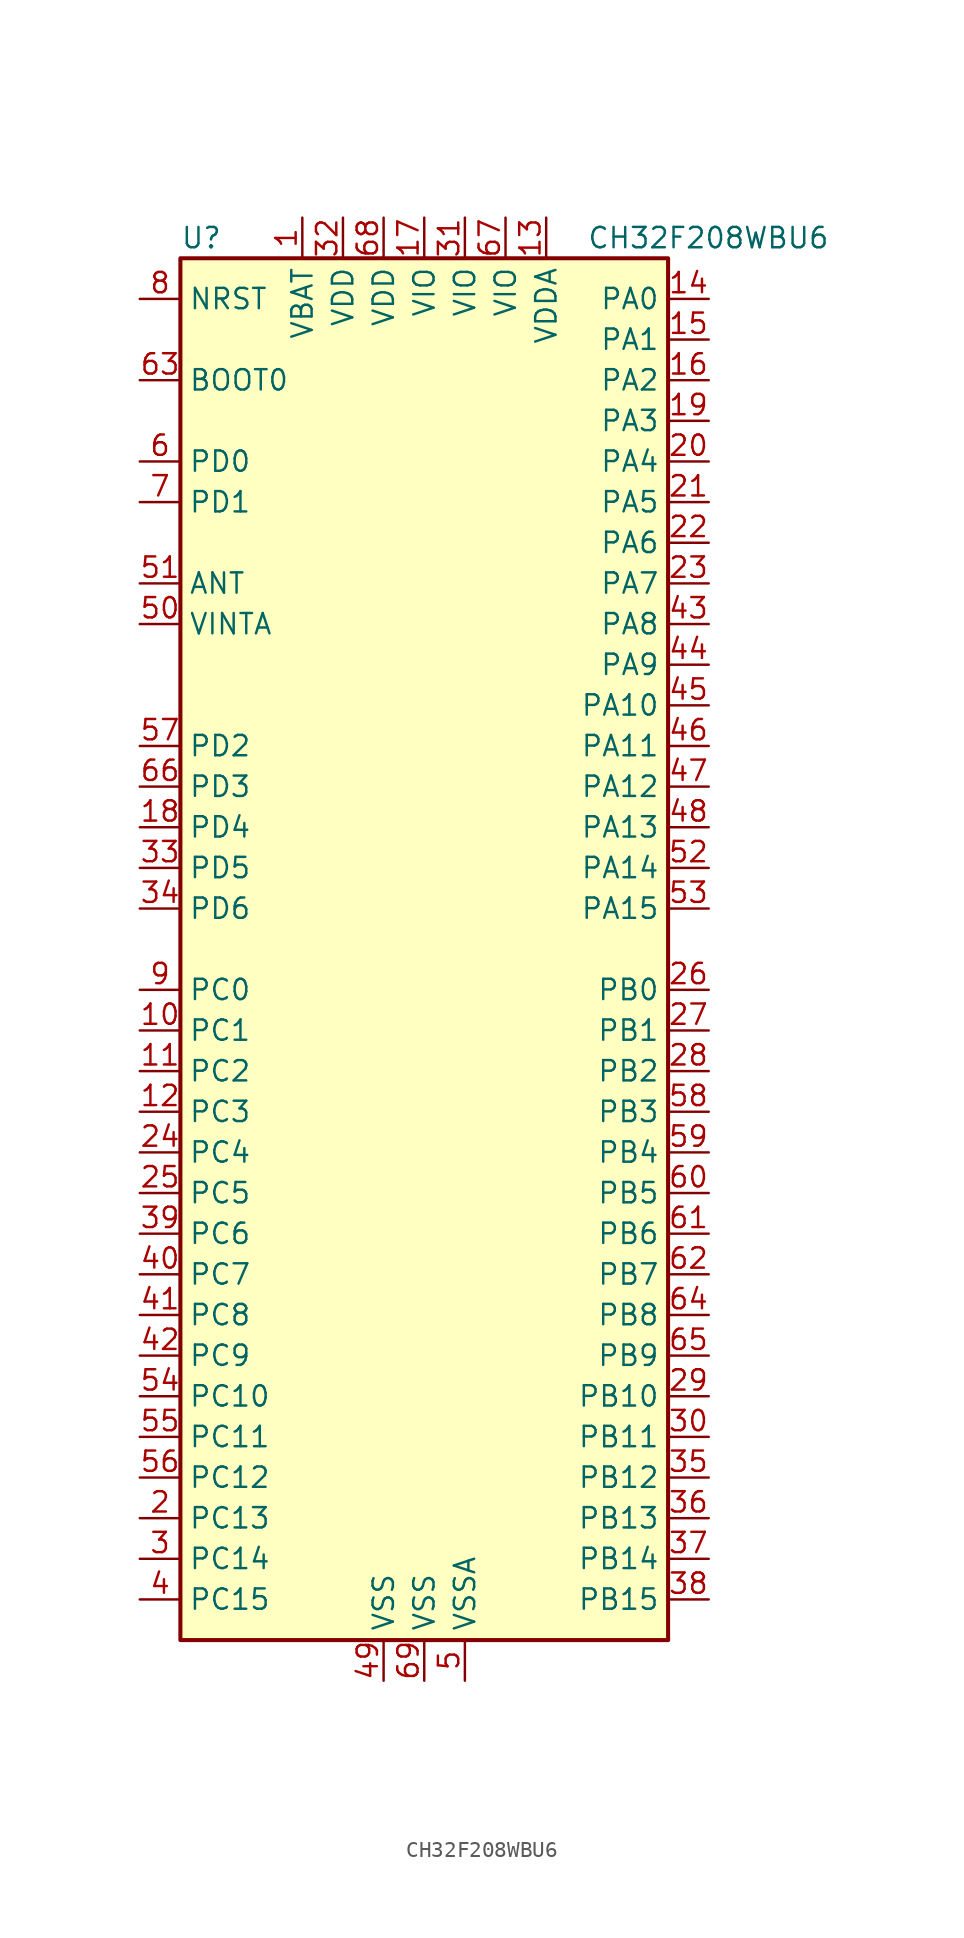
<source format=kicad_sym>
(kicad_symbol_lib
  (version 20231120)
  (generator "kicad_symbol_editor")
  (generator_version "8.0")
  (symbol "CH32F208WBU6"
    (property "Reference" "U"
      (at -15.24 44.45 0)
      (effects (font (size 1.27 1.27)) (justify left)))
    (property "Value" "CH32F208WBU6"
      (at 10.16 44.45 0)
      (effects (font (size 1.27 1.27)) (justify left)))
    (symbol "CH32F208WBU6_0_1"
      (rectangle (start -15.24 -43.18) (end 15.24 43.18) (stroke (width 0.254) (type default)) (fill (type background))))
    (symbol "CH32F208WBU6_1_1"
      (pin power_in line (at -7.62 45.72 270) (length 2.54) (name "VBAT" (effects (font (size 1.27 1.27)))) (number "1" (effects (font (size 1.27 1.27)))))
      (pin bidirectional line (at -17.78 -5.08 0) (length 2.54) (name "PC1" (effects (font (size 1.27 1.27)))) (number "10" (effects (font (size 1.27 1.27)))))
      (pin bidirectional line (at -17.78 -7.62 0) (length 2.54) (name "PC2" (effects (font (size 1.27 1.27)))) (number "11" (effects (font (size 1.27 1.27)))))
      (pin bidirectional line (at -17.78 -10.16 0) (length 2.54) (name "PC3" (effects (font (size 1.27 1.27)))) (number "12" (effects (font (size 1.27 1.27)))))
      (pin power_in line (at 7.62 45.72 270) (length 2.54) (name "VDDA" (effects (font (size 1.27 1.27)))) (number "13" (effects (font (size 1.27 1.27)))))
      (pin bidirectional line (at 17.78 40.64 180) (length 2.54) (name "PA0" (effects (font (size 1.27 1.27)))) (number "14" (effects (font (size 1.27 1.27)))))
      (pin bidirectional line (at 17.78 38.1 180) (length 2.54) (name "PA1" (effects (font (size 1.27 1.27)))) (number "15" (effects (font (size 1.27 1.27)))))
      (pin bidirectional line (at 17.78 35.56 180) (length 2.54) (name "PA2" (effects (font (size 1.27 1.27)))) (number "16" (effects (font (size 1.27 1.27)))))
      (pin power_in line (at 0 45.72 270) (length 2.54) (name "VIO" (effects (font (size 1.27 1.27)))) (number "17" (effects (font (size 1.27 1.27)))))
      (pin bidirectional line (at -17.78 7.62 0) (length 2.54) (name "PD4" (effects (font (size 1.27 1.27)))) (number "18" (effects (font (size 1.27 1.27)))))
      (pin bidirectional line (at 17.78 33.02 180) (length 2.54) (name "PA3" (effects (font (size 1.27 1.27)))) (number "19" (effects (font (size 1.27 1.27)))))
      (pin bidirectional line (at -17.78 -35.56 0) (length 2.54) (name "PC13" (effects (font (size 1.27 1.27)))) (number "2" (effects (font (size 1.27 1.27)))))
      (pin bidirectional line (at 17.78 30.48 180) (length 2.54) (name "PA4" (effects (font (size 1.27 1.27)))) (number "20" (effects (font (size 1.27 1.27)))))
      (pin bidirectional line (at 17.78 27.94 180) (length 2.54) (name "PA5" (effects (font (size 1.27 1.27)))) (number "21" (effects (font (size 1.27 1.27)))))
      (pin bidirectional line (at 17.78 25.4 180) (length 2.54) (name "PA6" (effects (font (size 1.27 1.27)))) (number "22" (effects (font (size 1.27 1.27)))))
      (pin bidirectional line (at 17.78 22.86 180) (length 2.54) (name "PA7" (effects (font (size 1.27 1.27)))) (number "23" (effects (font (size 1.27 1.27)))))
      (pin bidirectional line (at -17.78 -12.7 0) (length 2.54) (name "PC4" (effects (font (size 1.27 1.27)))) (number "24" (effects (font (size 1.27 1.27)))))
      (pin bidirectional line (at -17.78 -15.24 0) (length 2.54) (name "PC5" (effects (font (size 1.27 1.27)))) (number "25" (effects (font (size 1.27 1.27)))))
      (pin bidirectional line (at 17.78 -2.54 180) (length 2.54) (name "PB0" (effects (font (size 1.27 1.27)))) (number "26" (effects (font (size 1.27 1.27)))))
      (pin bidirectional line (at 17.78 -5.08 180) (length 2.54) (name "PB1" (effects (font (size 1.27 1.27)))) (number "27" (effects (font (size 1.27 1.27)))))
      (pin bidirectional line (at 17.78 -7.62 180) (length 2.54) (name "PB2" (effects (font (size 1.27 1.27)))) (number "28" (effects (font (size 1.27 1.27)))))
      (pin bidirectional line (at 17.78 -27.94 180) (length 2.54) (name "PB10" (effects (font (size 1.27 1.27)))) (number "29" (effects (font (size 1.27 1.27)))))
      (pin bidirectional line (at -17.78 -38.1 0) (length 2.54) (name "PC14" (effects (font (size 1.27 1.27)))) (number "3" (effects (font (size 1.27 1.27)))))
      (pin bidirectional line (at 17.78 -30.48 180) (length 2.54) (name "PB11" (effects (font (size 1.27 1.27)))) (number "30" (effects (font (size 1.27 1.27)))))
      (pin power_in line (at 2.54 45.72 270) (length 2.54) (name "VIO" (effects (font (size 1.27 1.27)))) (number "31" (effects (font (size 1.27 1.27)))))
      (pin power_in line (at -5.08 45.72 270) (length 2.54) (name "VDD" (effects (font (size 1.27 1.27)))) (number "32" (effects (font (size 1.27 1.27)))))
      (pin bidirectional line (at -17.78 5.08 0) (length 2.54) (name "PD5" (effects (font (size 1.27 1.27)))) (number "33" (effects (font (size 1.27 1.27)))))
      (pin bidirectional line (at -17.78 2.54 0) (length 2.54) (name "PD6" (effects (font (size 1.27 1.27)))) (number "34" (effects (font (size 1.27 1.27)))))
      (pin bidirectional line (at 17.78 -33.02 180) (length 2.54) (name "PB12" (effects (font (size 1.27 1.27)))) (number "35" (effects (font (size 1.27 1.27)))))
      (pin bidirectional line (at 17.78 -35.56 180) (length 2.54) (name "PB13" (effects (font (size 1.27 1.27)))) (number "36" (effects (font (size 1.27 1.27)))))
      (pin bidirectional line (at 17.78 -38.1 180) (length 2.54) (name "PB14" (effects (font (size 1.27 1.27)))) (number "37" (effects (font (size 1.27 1.27)))))
      (pin bidirectional line (at 17.78 -40.64 180) (length 2.54) (name "PB15" (effects (font (size 1.27 1.27)))) (number "38" (effects (font (size 1.27 1.27)))))
      (pin bidirectional line (at -17.78 -17.78 0) (length 2.54) (name "PC6" (effects (font (size 1.27 1.27)))) (number "39" (effects (font (size 1.27 1.27)))))
      (pin bidirectional line (at -17.78 -40.64 0) (length 2.54) (name "PC15" (effects (font (size 1.27 1.27)))) (number "4" (effects (font (size 1.27 1.27)))))
      (pin bidirectional line (at -17.78 -20.32 0) (length 2.54) (name "PC7" (effects (font (size 1.27 1.27)))) (number "40" (effects (font (size 1.27 1.27)))))
      (pin bidirectional line (at -17.78 -22.86 0) (length 2.54) (name "PC8" (effects (font (size 1.27 1.27)))) (number "41" (effects (font (size 1.27 1.27)))))
      (pin bidirectional line (at -17.78 -25.4 0) (length 2.54) (name "PC9" (effects (font (size 1.27 1.27)))) (number "42" (effects (font (size 1.27 1.27)))))
      (pin bidirectional line (at 17.78 20.32 180) (length 2.54) (name "PA8" (effects (font (size 1.27 1.27)))) (number "43" (effects (font (size 1.27 1.27)))))
      (pin bidirectional line (at 17.78 17.78 180) (length 2.54) (name "PA9" (effects (font (size 1.27 1.27)))) (number "44" (effects (font (size 1.27 1.27)))))
      (pin bidirectional line (at 17.78 15.24 180) (length 2.54) (name "PA10" (effects (font (size 1.27 1.27)))) (number "45" (effects (font (size 1.27 1.27)))))
      (pin bidirectional line (at 17.78 12.7 180) (length 2.54) (name "PA11" (effects (font (size 1.27 1.27)))) (number "46" (effects (font (size 1.27 1.27)))))
      (pin bidirectional line (at 17.78 10.16 180) (length 2.54) (name "PA12" (effects (font (size 1.27 1.27)))) (number "47" (effects (font (size 1.27 1.27)))))
      (pin bidirectional line (at 17.78 7.62 180) (length 2.54) (name "PA13" (effects (font (size 1.27 1.27)))) (number "48" (effects (font (size 1.27 1.27)))))
      (pin power_in line (at -2.54 -45.72 90) (length 2.54) (name "VSS" (effects (font (size 1.27 1.27)))) (number "49" (effects (font (size 1.27 1.27)))))
      (pin power_in line (at 2.54 -45.72 90) (length 2.54) (name "VSSA" (effects (font (size 1.27 1.27)))) (number "5" (effects (font (size 1.27 1.27)))))
      (pin power_in line (at -17.78 20.32 0) (length 2.54) (name "VINTA" (effects (font (size 1.27 1.27)))) (number "50" (effects (font (size 1.27 1.27)))))
      (pin power_in line (at -17.78 22.86 0) (length 2.54) (name "ANT" (effects (font (size 1.27 1.27)))) (number "51" (effects (font (size 1.27 1.27)))))
      (pin bidirectional line (at 17.78 5.08 180) (length 2.54) (name "PA14" (effects (font (size 1.27 1.27)))) (number "52" (effects (font (size 1.27 1.27)))))
      (pin bidirectional line (at 17.78 2.54 180) (length 2.54) (name "PA15" (effects (font (size 1.27 1.27)))) (number "53" (effects (font (size 1.27 1.27)))))
      (pin bidirectional line (at -17.78 -27.94 0) (length 2.54) (name "PC10" (effects (font (size 1.27 1.27)))) (number "54" (effects (font (size 1.27 1.27)))))
      (pin bidirectional line (at -17.78 -30.48 0) (length 2.54) (name "PC11" (effects (font (size 1.27 1.27)))) (number "55" (effects (font (size 1.27 1.27)))))
      (pin bidirectional line (at -17.78 -33.02 0) (length 2.54) (name "PC12" (effects (font (size 1.27 1.27)))) (number "56" (effects (font (size 1.27 1.27)))))
      (pin bidirectional line (at -17.78 12.7 0) (length 2.54) (name "PD2" (effects (font (size 1.27 1.27)))) (number "57" (effects (font (size 1.27 1.27)))))
      (pin bidirectional line (at 17.78 -10.16 180) (length 2.54) (name "PB3" (effects (font (size 1.27 1.27)))) (number "58" (effects (font (size 1.27 1.27)))))
      (pin bidirectional line (at 17.78 -12.7 180) (length 2.54) (name "PB4" (effects (font (size 1.27 1.27)))) (number "59" (effects (font (size 1.27 1.27)))))
      (pin input line (at -17.78 30.48 0) (length 2.54) (name "PD0" (effects (font (size 1.27 1.27)))) (number "6" (effects (font (size 1.27 1.27)))))
      (pin bidirectional line (at 17.78 -15.24 180) (length 2.54) (name "PB5" (effects (font (size 1.27 1.27)))) (number "60" (effects (font (size 1.27 1.27)))))
      (pin bidirectional line (at 17.78 -17.78 180) (length 2.54) (name "PB6" (effects (font (size 1.27 1.27)))) (number "61" (effects (font (size 1.27 1.27)))))
      (pin bidirectional line (at 17.78 -20.32 180) (length 2.54) (name "PB7" (effects (font (size 1.27 1.27)))) (number "62" (effects (font (size 1.27 1.27)))))
      (pin input line (at -17.78 35.56 0) (length 2.54) (name "BOOT0" (effects (font (size 1.27 1.27)))) (number "63" (effects (font (size 1.27 1.27)))))
      (pin bidirectional line (at 17.78 -22.86 180) (length 2.54) (name "PB8" (effects (font (size 1.27 1.27)))) (number "64" (effects (font (size 1.27 1.27)))))
      (pin bidirectional line (at 17.78 -25.4 180) (length 2.54) (name "PB9" (effects (font (size 1.27 1.27)))) (number "65" (effects (font (size 1.27 1.27)))))
      (pin bidirectional line (at -17.78 10.16 0) (length 2.54) (name "PD3" (effects (font (size 1.27 1.27)))) (number "66" (effects (font (size 1.27 1.27)))))
      (pin power_in line (at 5.08 45.72 270) (length 2.54) (name "VIO" (effects (font (size 1.27 1.27)))) (number "67" (effects (font (size 1.27 1.27)))))
      (pin power_in line (at -2.54 45.72 270) (length 2.54) (name "VDD" (effects (font (size 1.27 1.27)))) (number "68" (effects (font (size 1.27 1.27)))))
      (pin power_in line (at 0 -45.72 90) (length 2.54) (name "VSS" (effects (font (size 1.27 1.27)))) (number "69" (effects (font (size 1.27 1.27)))))
      (pin input line (at -17.78 27.94 0) (length 2.54) (name "PD1" (effects (font (size 1.27 1.27)))) (number "7" (effects (font (size 1.27 1.27)))))
      (pin input line (at -17.78 40.64 0) (length 2.54) (name "NRST" (effects (font (size 1.27 1.27)))) (number "8" (effects (font (size 1.27 1.27)))))
      (pin bidirectional line (at -17.78 -2.54 0) (length 2.54) (name "PC0" (effects (font (size 1.27 1.27)))) (number "9" (effects (font (size 1.27 1.27))))))))
</source>
